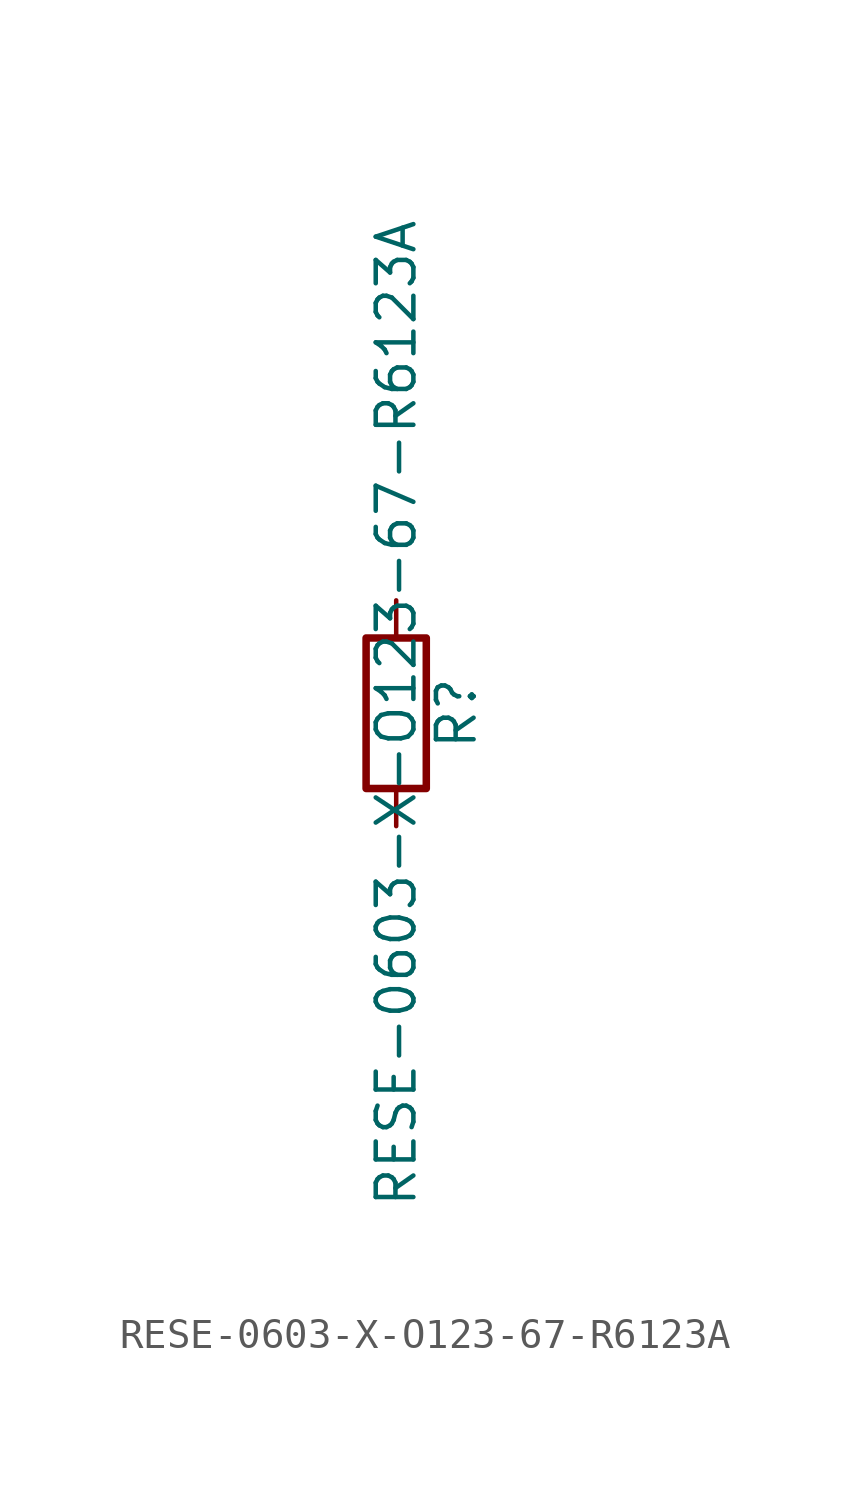
<source format=kicad_sym>
(kicad_symbol_lib
  (version 20211014)
  (generator kicad_symbol_editor)
  (symbol "RESE-0603-X-O123-67-R6123A"
    (pin_numbers hide)
    (pin_names
      (offset 0))
    (property "Reference" "R"
      (at 2.032 0 90)
      (effects (font (size 1.27 1.27))))
    (property "Value" "RESE-0603-X-O123-67-R6123A"
      (at 0 0 90)
      (effects (font (size 1.27 1.27))))
    (symbol "RESE-0603-X-O123-67-R6123A_0_1"
      (rectangle (start -1.016 -2.54) (end 1.016 2.54) (stroke (width 0.254) (type default) (color 0 0 0 0)) (fill (type none))))
    (symbol "RESE-0603-X-O123-67-R6123A_1_1"
      (pin passive line (at 0 3.81 270) (length 1.27) (name "~" (effects (font (size 1.27 1.27)))) (number "1" (effects (font (size 1.27 1.27)))))
      (pin passive line (at 0 -3.81 90) (length 1.27) (name "~" (effects (font (size 1.27 1.27)))) (number "2" (effects (font (size 1.27 1.27))))))))
</source>
